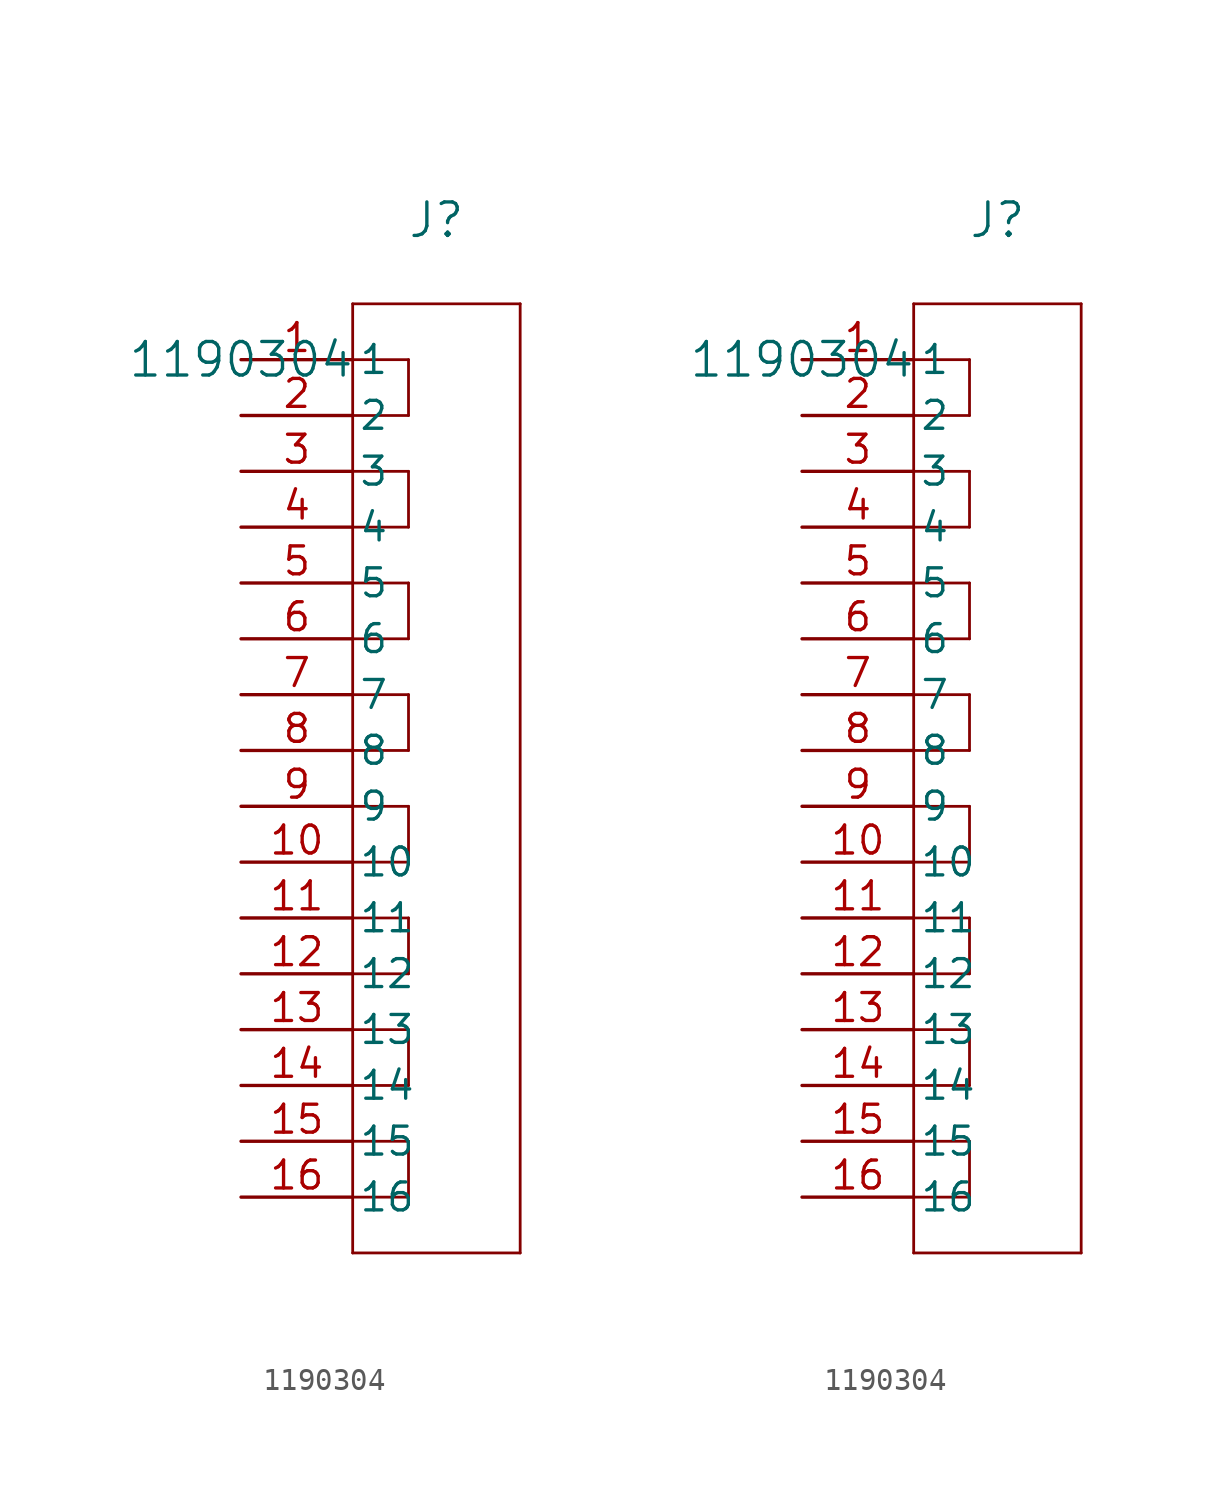
<source format=kicad_sym>
(kicad_symbol_lib
  (version 20211014)
  (generator kicad_symbol_editor)
  (symbol "1190304"
    (pin_names
      (offset 0.254))
    (property "Reference" "J"
      (at 8.89 6.35 0)
      (effects (font (size 1.524 1.524))))
    (property "Value" "1190304"
      (at 0 0 0)
      (effects (font (size 1.524 1.524))))
    (symbol "1190304_1_1"
      (polyline (pts (xy 5.08 2.54) (xy 5.08 -40.64)) (stroke (width 0.127) (type default) (color 0 0 0 0)) (fill (type none)))
      (polyline (pts (xy 5.08 -40.64) (xy 12.7 -40.64)) (stroke (width 0.127) (type default) (color 0 0 0 0)) (fill (type none)))
      (polyline (pts (xy 12.7 -40.64) (xy 12.7 2.54)) (stroke (width 0.127) (type default) (color 0 0 0 0)) (fill (type none)))
      (polyline (pts (xy 12.7 2.54) (xy 5.08 2.54)) (stroke (width 0.127) (type default) (color 0 0 0 0)) (fill (type none)))
      (polyline (pts (xy 5.08 0) (xy 7.62 0)) (stroke (width 0.127) (type default) (color 0 0 0 0)) (fill (type none)))
      (polyline (pts (xy 7.62 -2.54) (xy 7.62 0)) (stroke (width 0.127) (type default) (color 0 0 0 0)) (fill (type none)))
      (polyline (pts (xy 7.62 -2.54) (xy 5.08 -2.54)) (stroke (width 0.127) (type default) (color 0 0 0 0)) (fill (type none)))
      (polyline (pts (xy 5.08 -5.08) (xy 7.62 -5.08)) (stroke (width 0.127) (type default) (color 0 0 0 0)) (fill (type none)))
      (polyline (pts (xy 5.08 -7.62) (xy 7.62 -7.62)) (stroke (width 0.127) (type default) (color 0 0 0 0)) (fill (type none)))
      (polyline (pts (xy 7.62 -5.08) (xy 7.62 -7.62)) (stroke (width 0.127) (type default) (color 0 0 0 0)) (fill (type none)))
      (polyline (pts (xy 5.08 -10.16) (xy 7.62 -10.16)) (stroke (width 0.127) (type default) (color 0 0 0 0)) (fill (type none)))
      (polyline (pts (xy 7.62 -12.7) (xy 7.62 -10.16)) (stroke (width 0.127) (type default) (color 0 0 0 0)) (fill (type none)))
      (polyline (pts (xy 7.62 -12.7) (xy 5.08 -12.7)) (stroke (width 0.127) (type default) (color 0 0 0 0)) (fill (type none)))
      (polyline (pts (xy 5.08 -15.24) (xy 7.62 -15.24)) (stroke (width 0.127) (type default) (color 0 0 0 0)) (fill (type none)))
      (polyline (pts (xy 7.62 -17.78) (xy 7.62 -15.24)) (stroke (width 0.127) (type default) (color 0 0 0 0)) (fill (type none)))
      (polyline (pts (xy 7.62 -17.78) (xy 5.08 -17.78)) (stroke (width 0.127) (type default) (color 0 0 0 0)) (fill (type none)))
      (polyline (pts (xy 5.08 -20.32) (xy 7.62 -20.32)) (stroke (width 0.127) (type default) (color 0 0 0 0)) (fill (type none)))
      (polyline (pts (xy 5.08 -22.86) (xy 7.62 -22.86)) (stroke (width 0.127) (type default) (color 0 0 0 0)) (fill (type none)))
      (polyline (pts (xy 7.62 -20.32) (xy 7.62 -22.86)) (stroke (width 0.127) (type default) (color 0 0 0 0)) (fill (type none)))
      (polyline (pts (xy 5.08 -25.4) (xy 7.62 -25.4)) (stroke (width 0.127) (type default) (color 0 0 0 0)) (fill (type none)))
      (polyline (pts (xy 7.62 -27.94) (xy 7.62 -25.4)) (stroke (width 0.127) (type default) (color 0 0 0 0)) (fill (type none)))
      (polyline (pts (xy 7.62 -27.94) (xy 5.08 -27.94)) (stroke (width 0.127) (type default) (color 0 0 0 0)) (fill (type none)))
      (polyline (pts (xy 5.08 -30.48) (xy 7.62 -30.48)) (stroke (width 0.127) (type default) (color 0 0 0 0)) (fill (type none)))
      (polyline (pts (xy 5.08 -33.02) (xy 7.62 -33.02)) (stroke (width 0.127) (type default) (color 0 0 0 0)) (fill (type none)))
      (polyline (pts (xy 7.62 -30.48) (xy 7.62 -33.02)) (stroke (width 0.127) (type default) (color 0 0 0 0)) (fill (type none)))
      (polyline (pts (xy 5.08 -35.56) (xy 7.62 -35.56)) (stroke (width 0.127) (type default) (color 0 0 0 0)) (fill (type none)))
      (polyline (pts (xy 7.62 -38.1) (xy 7.62 -35.56)) (stroke (width 0.127) (type default) (color 0 0 0 0)) (fill (type none)))
      (polyline (pts (xy 7.62 -38.1) (xy 5.08 -38.1)) (stroke (width 0.127) (type default) (color 0 0 0 0)) (fill (type none)))
      (pin unspecified line (at 0 0 0) (length 5.08) (name "1" (effects (font (size 1.27 1.27)))) (number "1" (effects (font (size 1.27 1.27)))))
      (pin unspecified line (at 0 -2.54 0) (length 5.08) (name "2" (effects (font (size 1.27 1.27)))) (number "2" (effects (font (size 1.27 1.27)))))
      (pin unspecified line (at 0 -5.08 0) (length 5.08) (name "3" (effects (font (size 1.27 1.27)))) (number "3" (effects (font (size 1.27 1.27)))))
      (pin unspecified line (at 0 -7.62 0) (length 5.08) (name "4" (effects (font (size 1.27 1.27)))) (number "4" (effects (font (size 1.27 1.27)))))
      (pin unspecified line (at 0 -10.16 0) (length 5.08) (name "5" (effects (font (size 1.27 1.27)))) (number "5" (effects (font (size 1.27 1.27)))))
      (pin unspecified line (at 0 -12.7 0) (length 5.08) (name "6" (effects (font (size 1.27 1.27)))) (number "6" (effects (font (size 1.27 1.27)))))
      (pin unspecified line (at 0 -15.24 0) (length 5.08) (name "7" (effects (font (size 1.27 1.27)))) (number "7" (effects (font (size 1.27 1.27)))))
      (pin unspecified line (at 0 -17.78 0) (length 5.08) (name "8" (effects (font (size 1.27 1.27)))) (number "8" (effects (font (size 1.27 1.27)))))
      (pin unspecified line (at 0 -20.32 0) (length 5.08) (name "9" (effects (font (size 1.27 1.27)))) (number "9" (effects (font (size 1.27 1.27)))))
      (pin unspecified line (at 0 -22.86 0) (length 5.08) (name "10" (effects (font (size 1.27 1.27)))) (number "10" (effects (font (size 1.27 1.27)))))
      (pin unspecified line (at 0 -25.4 0) (length 5.08) (name "11" (effects (font (size 1.27 1.27)))) (number "11" (effects (font (size 1.27 1.27)))))
      (pin unspecified line (at 0 -27.94 0) (length 5.08) (name "12" (effects (font (size 1.27 1.27)))) (number "12" (effects (font (size 1.27 1.27)))))
      (pin unspecified line (at 0 -30.48 0) (length 5.08) (name "13" (effects (font (size 1.27 1.27)))) (number "13" (effects (font (size 1.27 1.27)))))
      (pin unspecified line (at 0 -33.02 0) (length 5.08) (name "14" (effects (font (size 1.27 1.27)))) (number "14" (effects (font (size 1.27 1.27)))))
      (pin unspecified line (at 0 -35.56 0) (length 5.08) (name "15" (effects (font (size 1.27 1.27)))) (number "15" (effects (font (size 1.27 1.27)))))
      (pin unspecified line (at 0 -38.1 0) (length 5.08) (name "16" (effects (font (size 1.27 1.27)))) (number "16" (effects (font (size 1.27 1.27))))))
    (symbol "1190304_1_2"
      (polyline (pts (xy 5.08 2.54) (xy 5.08 -40.64)) (stroke (width 0.127) (type default) (color 0 0 0 0)) (fill (type none)))
      (polyline (pts (xy 5.08 -40.64) (xy 12.7 -40.64)) (stroke (width 0.127) (type default) (color 0 0 0 0)) (fill (type none)))
      (polyline (pts (xy 12.7 -40.64) (xy 12.7 2.54)) (stroke (width 0.127) (type default) (color 0 0 0 0)) (fill (type none)))
      (polyline (pts (xy 12.7 2.54) (xy 5.08 2.54)) (stroke (width 0.127) (type default) (color 0 0 0 0)) (fill (type none)))
      (polyline (pts (xy 5.08 0) (xy 7.62 0)) (stroke (width 0.127) (type default) (color 0 0 0 0)) (fill (type none)))
      (polyline (pts (xy 7.62 -2.54) (xy 7.62 0)) (stroke (width 0.127) (type default) (color 0 0 0 0)) (fill (type none)))
      (polyline (pts (xy 7.62 -2.54) (xy 5.08 -2.54)) (stroke (width 0.127) (type default) (color 0 0 0 0)) (fill (type none)))
      (polyline (pts (xy 5.08 -5.08) (xy 7.62 -5.08)) (stroke (width 0.127) (type default) (color 0 0 0 0)) (fill (type none)))
      (polyline (pts (xy 5.08 -7.62) (xy 7.62 -7.62)) (stroke (width 0.127) (type default) (color 0 0 0 0)) (fill (type none)))
      (polyline (pts (xy 7.62 -5.08) (xy 7.62 -7.62)) (stroke (width 0.127) (type default) (color 0 0 0 0)) (fill (type none)))
      (polyline (pts (xy 5.08 -10.16) (xy 7.62 -10.16)) (stroke (width 0.127) (type default) (color 0 0 0 0)) (fill (type none)))
      (polyline (pts (xy 7.62 -12.7) (xy 7.62 -10.16)) (stroke (width 0.127) (type default) (color 0 0 0 0)) (fill (type none)))
      (polyline (pts (xy 7.62 -12.7) (xy 5.08 -12.7)) (stroke (width 0.127) (type default) (color 0 0 0 0)) (fill (type none)))
      (polyline (pts (xy 5.08 -15.24) (xy 7.62 -15.24)) (stroke (width 0.127) (type default) (color 0 0 0 0)) (fill (type none)))
      (polyline (pts (xy 7.62 -17.78) (xy 7.62 -15.24)) (stroke (width 0.127) (type default) (color 0 0 0 0)) (fill (type none)))
      (polyline (pts (xy 7.62 -17.78) (xy 5.08 -17.78)) (stroke (width 0.127) (type default) (color 0 0 0 0)) (fill (type none)))
      (polyline (pts (xy 5.08 -20.32) (xy 7.62 -20.32)) (stroke (width 0.127) (type default) (color 0 0 0 0)) (fill (type none)))
      (polyline (pts (xy 5.08 -22.86) (xy 7.62 -22.86)) (stroke (width 0.127) (type default) (color 0 0 0 0)) (fill (type none)))
      (polyline (pts (xy 7.62 -20.32) (xy 7.62 -22.86)) (stroke (width 0.127) (type default) (color 0 0 0 0)) (fill (type none)))
      (polyline (pts (xy 5.08 -25.4) (xy 7.62 -25.4)) (stroke (width 0.127) (type default) (color 0 0 0 0)) (fill (type none)))
      (polyline (pts (xy 7.62 -27.94) (xy 7.62 -25.4)) (stroke (width 0.127) (type default) (color 0 0 0 0)) (fill (type none)))
      (polyline (pts (xy 7.62 -27.94) (xy 5.08 -27.94)) (stroke (width 0.127) (type default) (color 0 0 0 0)) (fill (type none)))
      (polyline (pts (xy 5.08 -30.48) (xy 7.62 -30.48)) (stroke (width 0.127) (type default) (color 0 0 0 0)) (fill (type none)))
      (polyline (pts (xy 5.08 -33.02) (xy 7.62 -33.02)) (stroke (width 0.127) (type default) (color 0 0 0 0)) (fill (type none)))
      (polyline (pts (xy 7.62 -30.48) (xy 7.62 -33.02)) (stroke (width 0.127) (type default) (color 0 0 0 0)) (fill (type none)))
      (polyline (pts (xy 5.08 -35.56) (xy 7.62 -35.56)) (stroke (width 0.127) (type default) (color 0 0 0 0)) (fill (type none)))
      (polyline (pts (xy 7.62 -38.1) (xy 7.62 -35.56)) (stroke (width 0.127) (type default) (color 0 0 0 0)) (fill (type none)))
      (polyline (pts (xy 7.62 -38.1) (xy 5.08 -38.1)) (stroke (width 0.127) (type default) (color 0 0 0 0)) (fill (type none)))
      (pin unspecified line (at 0 0 0) (length 5.08) (name "1" (effects (font (size 1.27 1.27)))) (number "1" (effects (font (size 1.27 1.27)))))
      (pin unspecified line (at 0 -2.54 0) (length 5.08) (name "2" (effects (font (size 1.27 1.27)))) (number "2" (effects (font (size 1.27 1.27)))))
      (pin unspecified line (at 0 -5.08 0) (length 5.08) (name "3" (effects (font (size 1.27 1.27)))) (number "3" (effects (font (size 1.27 1.27)))))
      (pin unspecified line (at 0 -7.62 0) (length 5.08) (name "4" (effects (font (size 1.27 1.27)))) (number "4" (effects (font (size 1.27 1.27)))))
      (pin unspecified line (at 0 -10.16 0) (length 5.08) (name "5" (effects (font (size 1.27 1.27)))) (number "5" (effects (font (size 1.27 1.27)))))
      (pin unspecified line (at 0 -12.7 0) (length 5.08) (name "6" (effects (font (size 1.27 1.27)))) (number "6" (effects (font (size 1.27 1.27)))))
      (pin unspecified line (at 0 -15.24 0) (length 5.08) (name "7" (effects (font (size 1.27 1.27)))) (number "7" (effects (font (size 1.27 1.27)))))
      (pin unspecified line (at 0 -17.78 0) (length 5.08) (name "8" (effects (font (size 1.27 1.27)))) (number "8" (effects (font (size 1.27 1.27)))))
      (pin unspecified line (at 0 -20.32 0) (length 5.08) (name "9" (effects (font (size 1.27 1.27)))) (number "9" (effects (font (size 1.27 1.27)))))
      (pin unspecified line (at 0 -22.86 0) (length 5.08) (name "10" (effects (font (size 1.27 1.27)))) (number "10" (effects (font (size 1.27 1.27)))))
      (pin unspecified line (at 0 -25.4 0) (length 5.08) (name "11" (effects (font (size 1.27 1.27)))) (number "11" (effects (font (size 1.27 1.27)))))
      (pin unspecified line (at 0 -27.94 0) (length 5.08) (name "12" (effects (font (size 1.27 1.27)))) (number "12" (effects (font (size 1.27 1.27)))))
      (pin unspecified line (at 0 -30.48 0) (length 5.08) (name "13" (effects (font (size 1.27 1.27)))) (number "13" (effects (font (size 1.27 1.27)))))
      (pin unspecified line (at 0 -33.02 0) (length 5.08) (name "14" (effects (font (size 1.27 1.27)))) (number "14" (effects (font (size 1.27 1.27)))))
      (pin unspecified line (at 0 -35.56 0) (length 5.08) (name "15" (effects (font (size 1.27 1.27)))) (number "15" (effects (font (size 1.27 1.27)))))
      (pin unspecified line (at 0 -38.1 0) (length 5.08) (name "16" (effects (font (size 1.27 1.27)))) (number "16" (effects (font (size 1.27 1.27))))))))
</source>
